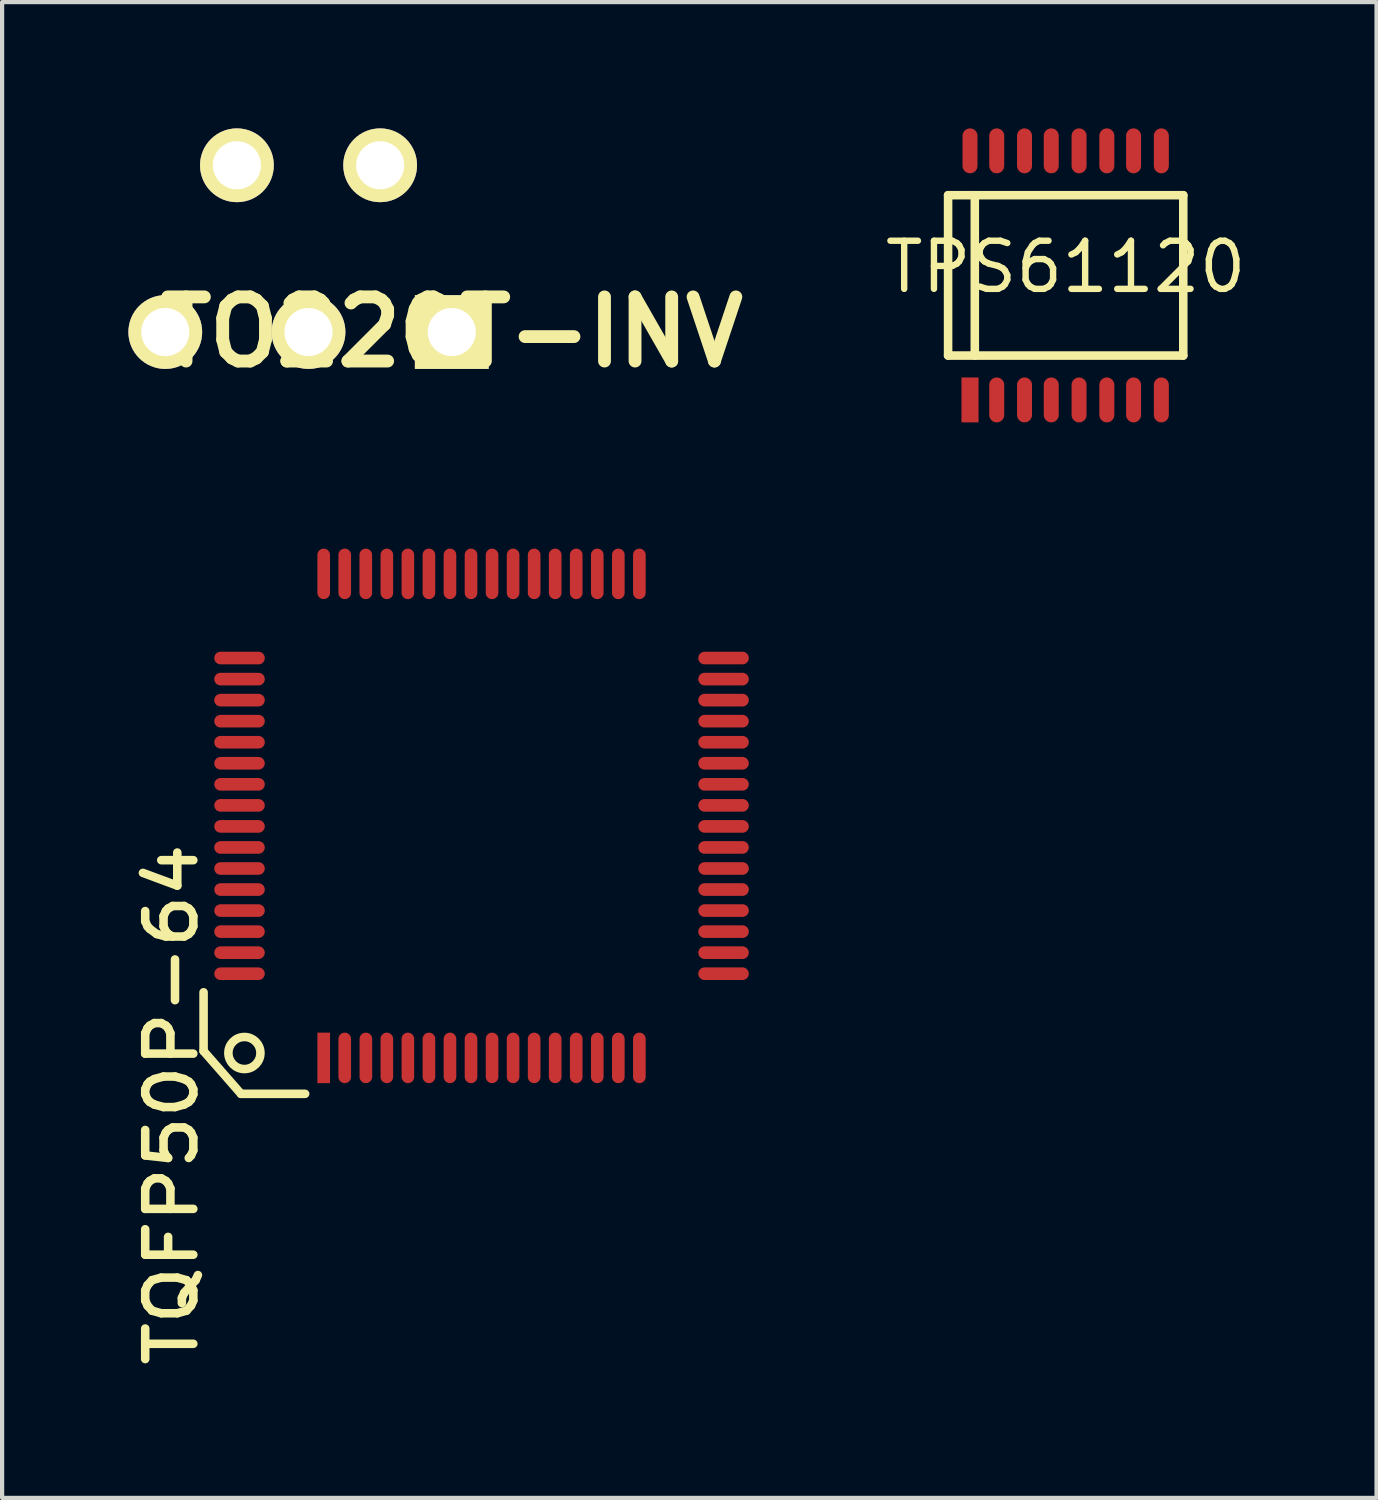
<source format=kicad_pcb>
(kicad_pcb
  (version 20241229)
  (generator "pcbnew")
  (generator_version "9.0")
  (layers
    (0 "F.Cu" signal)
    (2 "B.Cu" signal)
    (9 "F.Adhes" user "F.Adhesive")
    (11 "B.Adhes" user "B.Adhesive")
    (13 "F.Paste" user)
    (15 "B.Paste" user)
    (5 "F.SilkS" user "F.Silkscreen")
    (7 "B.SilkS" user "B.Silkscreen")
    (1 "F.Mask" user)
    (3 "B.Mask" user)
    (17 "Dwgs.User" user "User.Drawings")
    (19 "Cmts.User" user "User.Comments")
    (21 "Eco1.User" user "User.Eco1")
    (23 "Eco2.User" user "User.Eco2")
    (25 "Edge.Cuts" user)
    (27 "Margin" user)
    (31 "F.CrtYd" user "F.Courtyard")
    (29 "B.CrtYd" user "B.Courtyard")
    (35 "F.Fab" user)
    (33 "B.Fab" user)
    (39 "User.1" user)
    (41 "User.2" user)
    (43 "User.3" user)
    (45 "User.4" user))
  (footprint "TO220T-INV"
    (layer "F.Cu")
    (at 7.684 4.839)
    (property "Reference" "TO220T-INV" (at 0 0 0) (layer "F.SilkS") (effects (font (size 1.524 1.524) (thickness 0.305))))
    (attr smd)
    (pad "1" thru_hole rect (at 0 0) (size 1.753 1.753) (drill 1.143) (layers "*.Cu" "*.Mask" "F.SilkS"))
    (pad "2" thru_hole circle (at -1.702 -3.962) (size 1.753 1.753) (drill 1.143) (layers "*.Cu" "*.Mask" "F.SilkS"))
    (pad "3" thru_hole circle (at -3.404 0) (size 1.753 1.753) (drill 1.143) (layers "*.Cu" "*.Mask" "F.SilkS"))
    (pad "4" thru_hole circle (at -5.105 -3.962) (size 1.753 1.753) (drill 1.143) (layers "*.Cu" "*.Mask" "F.SilkS"))
    (pad "5" thru_hole circle (at -6.807 0) (size 1.753 1.753) (drill 1.143) (layers "*.Cu" "*.Mask" "F.SilkS")))
  (footprint "TQFP50P-64"
    (layer "F.Cu")
    (at 8.391 16.335)
    (property "Reference" "TQFP50P-64" (at -7.366 6.858 90) (layer "F.SilkS") (effects (font (size 1.143 1.27) (thickness 0.203))))
    (attr smd)
    (fp_line (start -6.604 5.588) (end -6.604 4.191) (stroke (width 0.203) (type solid)) (layer "F.SilkS"))
    (fp_line (start -6.604 5.588) (end -5.715 6.604) (stroke (width 0.203) (type solid)) (layer "F.SilkS"))
    (fp_line (start -5.715 6.604) (end -4.191 6.604) (stroke (width 0.203) (type solid)) (layer "F.SilkS"))
    (fp_circle (center -5.634 5.634) (end -5.634 5.253) (stroke (width 0.203) (type solid)) (fill no) (layer "F.SilkS"))
    (fp_line (start -6.604 5.588) (end -6.604 4.191) (stroke (width 0.203) (type solid)) (layer "Eco1.User"))
    (fp_line (start -5.715 6.604) (end -6.604 5.588) (stroke (width 0.203) (type solid)) (layer "Eco1.User"))
    (fp_line (start -4.191 6.604) (end -5.715 6.604) (stroke (width 0.203) (type solid)) (layer "Eco1.User"))
    (fp_circle (center -5.639 5.639) (end -5.182 5.639) (stroke (width 0.203) (type solid)) (fill no) (layer "Eco1.User"))
    (pad "1" smd rect (at -3.75 5.75) (size 0.3 1.2) (layers "F.Cu" "F.Mask" "F.Paste" "Eco1.User"))
    (pad "2" smd oval (at -3.25 5.75) (size 0.3 1.2) (layers "F.Cu" "F.Mask" "F.Paste" "Eco1.User"))
    (pad "3" smd oval (at -2.748 5.75) (size 0.3 1.2) (layers "F.Cu" "F.Mask" "F.Paste" "Eco1.User"))
    (pad "4" smd oval (at -2.25 5.75) (size 0.3 1.2) (layers "F.Cu" "F.Mask" "F.Paste" "Eco1.User"))
    (pad "5" smd oval (at -1.75 5.75) (size 0.3 1.2) (layers "F.Cu" "F.Mask" "F.Paste" "Eco1.User"))
    (pad "6" smd oval (at -1.25 5.75) (size 0.3 1.2) (layers "F.Cu" "F.Mask" "F.Paste" "Eco1.User"))
    (pad "7" smd oval (at -0.75 5.75) (size 0.3 1.2) (layers "F.Cu" "F.Mask" "F.Paste" "Eco1.User"))
    (pad "8" smd oval (at -0.25 5.75) (size 0.3 1.2) (layers "F.Cu" "F.Mask" "F.Paste" "Eco1.User"))
    (pad "9" smd oval (at 0.25 5.75) (size 0.3 1.2) (layers "F.Cu" "F.Mask" "F.Paste" "Eco1.User"))
    (pad "10" smd oval (at 0.75 5.75) (size 0.3 1.2) (layers "F.Cu" "F.Mask" "F.Paste" "Eco1.User"))
    (pad "11" smd oval (at 1.25 5.75) (size 0.3 1.2) (layers "F.Cu" "F.Mask" "F.Paste" "Eco1.User"))
    (pad "12" smd oval (at 1.75 5.75) (size 0.3 1.2) (layers "F.Cu" "F.Mask" "F.Paste" "Eco1.User"))
    (pad "13" smd oval (at 2.25 5.75) (size 0.3 1.2) (layers "F.Cu" "F.Mask" "F.Paste" "Eco1.User"))
    (pad "14" smd oval (at 2.75 5.75) (size 0.3 1.2) (layers "F.Cu" "F.Mask" "F.Paste" "Eco1.User"))
    (pad "15" smd oval (at 3.25 5.75) (size 0.3 1.2) (layers "F.Cu" "F.Mask" "F.Paste" "Eco1.User"))
    (pad "16" smd oval (at 3.75 5.75) (size 0.3 1.2) (layers "F.Cu" "F.Mask" "F.Paste" "Eco1.User"))
    (pad "17" smd oval (at 5.75 3.75 90) (size 0.3 1.2) (layers "F.Cu" "F.Mask" "F.Paste" "Eco1.User"))
    (pad "18" smd oval (at 5.75 3.25 90) (size 0.3 1.2) (layers "F.Cu" "F.Mask" "F.Paste" "Eco1.User"))
    (pad "19" smd oval (at 5.75 2.75 90) (size 0.3 1.2) (layers "F.Cu" "F.Mask" "F.Paste" "Eco1.User"))
    (pad "20" smd oval (at 5.75 2.25 90) (size 0.3 1.2) (layers "F.Cu" "F.Mask" "F.Paste" "Eco1.User"))
    (pad "21" smd oval (at 5.75 1.75 90) (size 0.3 1.2) (layers "F.Cu" "F.Mask" "F.Paste" "Eco1.User"))
    (pad "22" smd oval (at 5.75 1.25 90) (size 0.3 1.2) (layers "F.Cu" "F.Mask" "F.Paste" "Eco1.User"))
    (pad "23" smd oval (at 5.75 0.75 90) (size 0.3 1.2) (layers "F.Cu" "F.Mask" "F.Paste" "Eco1.User"))
    (pad "24" smd oval (at 5.75 0.25 90) (size 0.3 1.2) (layers "F.Cu" "F.Mask" "F.Paste" "Eco1.User"))
    (pad "25" smd oval (at 5.75 -0.25 90) (size 0.3 1.2) (layers "F.Cu" "F.Mask" "F.Paste" "Eco1.User"))
    (pad "26" smd oval (at 5.75 -0.75 90) (size 0.3 1.2) (layers "F.Cu" "F.Mask" "F.Paste" "Eco1.User"))
    (pad "27" smd oval (at 5.75 -1.25 90) (size 0.3 1.2) (layers "F.Cu" "F.Mask" "F.Paste" "Eco1.User"))
    (pad "28" smd oval (at 5.75 -1.75 90) (size 0.3 1.2) (layers "F.Cu" "F.Mask" "F.Paste" "Eco1.User"))
    (pad "29" smd oval (at 5.75 -2.25 90) (size 0.3 1.2) (layers "F.Cu" "F.Mask" "F.Paste" "Eco1.User"))
    (pad "30" smd oval (at 5.75 -2.75 90) (size 0.3 1.2) (layers "F.Cu" "F.Mask" "F.Paste" "Eco1.User"))
    (pad "31" smd oval (at 5.75 -3.25 90) (size 0.3 1.2) (layers "F.Cu" "F.Mask" "F.Paste" "Eco1.User"))
    (pad "32" smd oval (at 5.75 -3.75 90) (size 0.3 1.2) (layers "F.Cu" "F.Mask" "F.Paste" "Eco1.User"))
    (pad "33" smd oval (at 3.75 -5.75) (size 0.3 1.2) (layers "F.Cu" "F.Mask" "F.Paste" "Eco1.User"))
    (pad "34" smd oval (at 3.25 -5.75) (size 0.3 1.2) (layers "F.Cu" "F.Mask" "F.Paste" "Eco1.User"))
    (pad "35" smd oval (at 2.75 -5.75) (size 0.3 1.2) (layers "F.Cu" "F.Mask" "F.Paste" "Eco1.User"))
    (pad "36" smd oval (at 2.25 -5.75) (size 0.3 1.2) (layers "F.Cu" "F.Mask" "F.Paste" "Eco1.User"))
    (pad "37" smd oval (at 1.75 -5.75) (size 0.3 1.2) (layers "F.Cu" "F.Mask" "F.Paste" "Eco1.User"))
    (pad "38" smd oval (at 1.25 -5.75) (size 0.3 1.2) (layers "F.Cu" "F.Mask" "F.Paste" "Eco1.User"))
    (pad "39" smd oval (at 0.75 -5.75) (size 0.3 1.2) (layers "F.Cu" "F.Mask" "F.Paste" "Eco1.User"))
    (pad "40" smd oval (at 0.25 -5.75) (size 0.3 1.2) (layers "F.Cu" "F.Mask" "F.Paste" "Eco1.User"))
    (pad "41" smd oval (at -0.25 -5.75) (size 0.3 1.2) (layers "F.Cu" "F.Mask" "F.Paste" "Eco1.User"))
    (pad "42" smd oval (at -0.75 -5.75) (size 0.3 1.2) (layers "F.Cu" "F.Mask" "F.Paste" "Eco1.User"))
    (pad "43" smd oval (at -1.25 -5.75) (size 0.3 1.2) (layers "F.Cu" "F.Mask" "F.Paste" "Eco1.User"))
    (pad "44" smd oval (at -1.75 -5.75) (size 0.3 1.2) (layers "F.Cu" "F.Mask" "F.Paste" "Eco1.User"))
    (pad "45" smd oval (at -2.25 -5.75) (size 0.3 1.2) (layers "F.Cu" "F.Mask" "F.Paste" "Eco1.User"))
    (pad "46" smd oval (at -2.75 -5.75) (size 0.3 1.2) (layers "F.Cu" "F.Mask" "F.Paste" "Eco1.User"))
    (pad "47" smd oval (at -3.25 -5.75) (size 0.3 1.2) (layers "F.Cu" "F.Mask" "F.Paste" "Eco1.User"))
    (pad "48" smd oval (at -3.75 -5.75) (size 0.3 1.2) (layers "F.Cu" "F.Mask" "F.Paste" "Eco1.User"))
    (pad "49" smd oval (at -5.75 -3.75 90) (size 0.3 1.2) (layers "F.Cu" "F.Mask" "F.Paste" "Eco1.User"))
    (pad "50" smd oval (at -5.75 -3.25 90) (size 0.3 1.2) (layers "F.Cu" "F.Mask" "F.Paste" "Eco1.User"))
    (pad "51" smd oval (at -5.75 -2.75 90) (size 0.3 1.2) (layers "F.Cu" "F.Mask" "F.Paste" "Eco1.User"))
    (pad "52" smd oval (at -5.75 -2.25 90) (size 0.3 1.2) (layers "F.Cu" "F.Mask" "F.Paste" "Eco1.User"))
    (pad "53" smd oval (at -5.75 -1.75 90) (size 0.3 1.2) (layers "F.Cu" "F.Mask" "F.Paste" "Eco1.User"))
    (pad "54" smd oval (at -5.75 -1.25 90) (size 0.3 1.2) (layers "F.Cu" "F.Mask" "F.Paste" "Eco1.User"))
    (pad "55" smd oval (at -5.75 -0.75 90) (size 0.3 1.2) (layers "F.Cu" "F.Mask" "F.Paste" "Eco1.User"))
    (pad "56" smd oval (at -5.75 -0.25 90) (size 0.3 1.2) (layers "F.Cu" "F.Mask" "F.Paste" "Eco1.User"))
    (pad "57" smd oval (at -5.75 0.25 90) (size 0.3 1.2) (layers "F.Cu" "F.Mask" "F.Paste" "Eco1.User"))
    (pad "58" smd oval (at -5.75 0.75 90) (size 0.3 1.2) (layers "F.Cu" "F.Mask" "F.Paste" "Eco1.User"))
    (pad "59" smd oval (at -5.75 1.25 90) (size 0.3 1.2) (layers "F.Cu" "F.Mask" "F.Paste" "Eco1.User"))
    (pad "60" smd oval (at -5.75 1.75 90) (size 0.3 1.2) (layers "F.Cu" "F.Mask" "F.Paste" "Eco1.User"))
    (pad "61" smd oval (at -5.75 2.25 90) (size 0.3 1.2) (layers "F.Cu" "F.Mask" "F.Paste" "Eco1.User"))
    (pad "62" smd oval (at -5.75 2.75 90) (size 0.3 1.2) (layers "F.Cu" "F.Mask" "F.Paste" "Eco1.User"))
    (pad "63" smd oval (at -5.75 3.25 90) (size 0.3 1.2) (layers "F.Cu" "F.Mask" "F.Paste" "Eco1.User"))
    (pad "64" smd oval (at -5.75 3.75 90) (size 0.3 1.2) (layers "F.Cu" "F.Mask" "F.Paste" "Eco1.User")))
  (footprint "TPS61120"
    (layer "F.Cu")
    (at 22.27 3.493)
    (property "Reference" "TPS61120" (at 0 -0.201 180) (layer "F.SilkS") (effects (font (size 1.143 1.143) (thickness 0.152))))
    (attr smd)
    (fp_line (start -2.794 -1.905) (end -2.794 1.905) (stroke (width 0.203) (type solid)) (layer "F.SilkS"))
    (fp_line (start -2.794 1.905) (end 2.794 1.905) (stroke (width 0.203) (type solid)) (layer "F.SilkS"))
    (fp_line (start -2.159 -1.905) (end -2.159 1.905) (stroke (width 0.203) (type solid)) (layer "F.SilkS"))
    (fp_line (start 2.794 -1.905) (end -2.794 -1.905) (stroke (width 0.203) (type solid)) (layer "F.SilkS"))
    (fp_line (start 2.794 1.905) (end 2.794 -1.905) (stroke (width 0.203) (type solid)) (layer "F.SilkS"))
    (fp_line (start -2.794 -1.905) (end -2.794 1.905) (stroke (width 0.203) (type solid)) (layer "Eco1.User"))
    (fp_line (start -2.794 1.905) (end 2.794 1.905) (stroke (width 0.203) (type solid)) (layer "Eco1.User"))
    (fp_line (start -2.159 1.905) (end -2.159 -1.905) (stroke (width 0.203) (type solid)) (layer "Eco1.User"))
    (fp_line (start 2.794 -1.905) (end -2.794 -1.905) (stroke (width 0.203) (type solid)) (layer "Eco1.User"))
    (fp_line (start 2.794 1.905) (end 2.794 -1.905) (stroke (width 0.203) (type solid)) (layer "Eco1.User"))
    (pad "1" smd rect (at -2.273 2.959 90) (size 1.067 0.406) (layers "F.Cu" "F.Mask" "F.Paste" "Eco1.User"))
    (pad "2" smd oval (at -1.638 2.959 90) (size 1.067 0.356) (layers "F.Cu" "F.Mask" "F.Paste" "Eco1.User"))
    (pad "3" smd oval (at -0.978 2.959 90) (size 1.067 0.356) (layers "F.Cu" "F.Mask" "F.Paste" "Eco1.User"))
    (pad "4" smd oval (at -0.343 2.959 90) (size 1.067 0.356) (layers "F.Cu" "F.Mask" "F.Paste" "Eco1.User"))
    (pad "5" smd oval (at 0.318 2.959 90) (size 1.067 0.356) (layers "F.Cu" "F.Mask" "F.Paste" "Eco1.User"))
    (pad "6" smd oval (at 0.978 2.959 90) (size 1.067 0.356) (layers "F.Cu" "F.Mask" "F.Paste" "Eco1.User"))
    (pad "7" smd oval (at 1.613 2.959 90) (size 1.067 0.356) (layers "F.Cu" "F.Mask" "F.Paste" "Eco1.User"))
    (pad "8" smd oval (at 2.273 2.959 90) (size 1.067 0.356) (layers "F.Cu" "F.Mask" "F.Paste" "Eco1.User"))
    (pad "9" smd oval (at 2.273 -2.959 90) (size 1.067 0.356) (layers "F.Cu" "F.Mask" "F.Paste" "Eco1.User"))
    (pad "10" smd oval (at 1.613 -2.959 90) (size 1.067 0.356) (layers "F.Cu" "F.Mask" "F.Paste" "Eco1.User"))
    (pad "11" smd oval (at 0.978 -2.959 90) (size 1.067 0.356) (layers "F.Cu" "F.Mask" "F.Paste" "Eco1.User"))
    (pad "12" smd oval (at 0.318 -2.959 90) (size 1.067 0.356) (layers "F.Cu" "F.Mask" "F.Paste" "Eco1.User"))
    (pad "13" smd oval (at -0.343 -2.959 90) (size 1.067 0.356) (layers "F.Cu" "F.Mask" "F.Paste" "Eco1.User"))
    (pad "14" smd oval (at -0.978 -2.959 90) (size 1.067 0.356) (layers "F.Cu" "F.Mask" "F.Paste" "Eco1.User"))
    (pad "15" smd oval (at -1.638 -2.959 90) (size 1.067 0.356) (layers "F.Cu" "F.Mask" "F.Paste" "Eco1.User"))
    (pad "16" smd oval (at -2.273 -2.959 90) (size 1.067 0.356) (layers "F.Cu" "F.Mask" "F.Paste" "Eco1.User")))
  (gr_rect
    (start -3 -3)
    (end 29.656 32.539)
    (stroke (width 0.1) (type default))
    (fill no)
    (layer "Edge.Cuts")))
</source>
